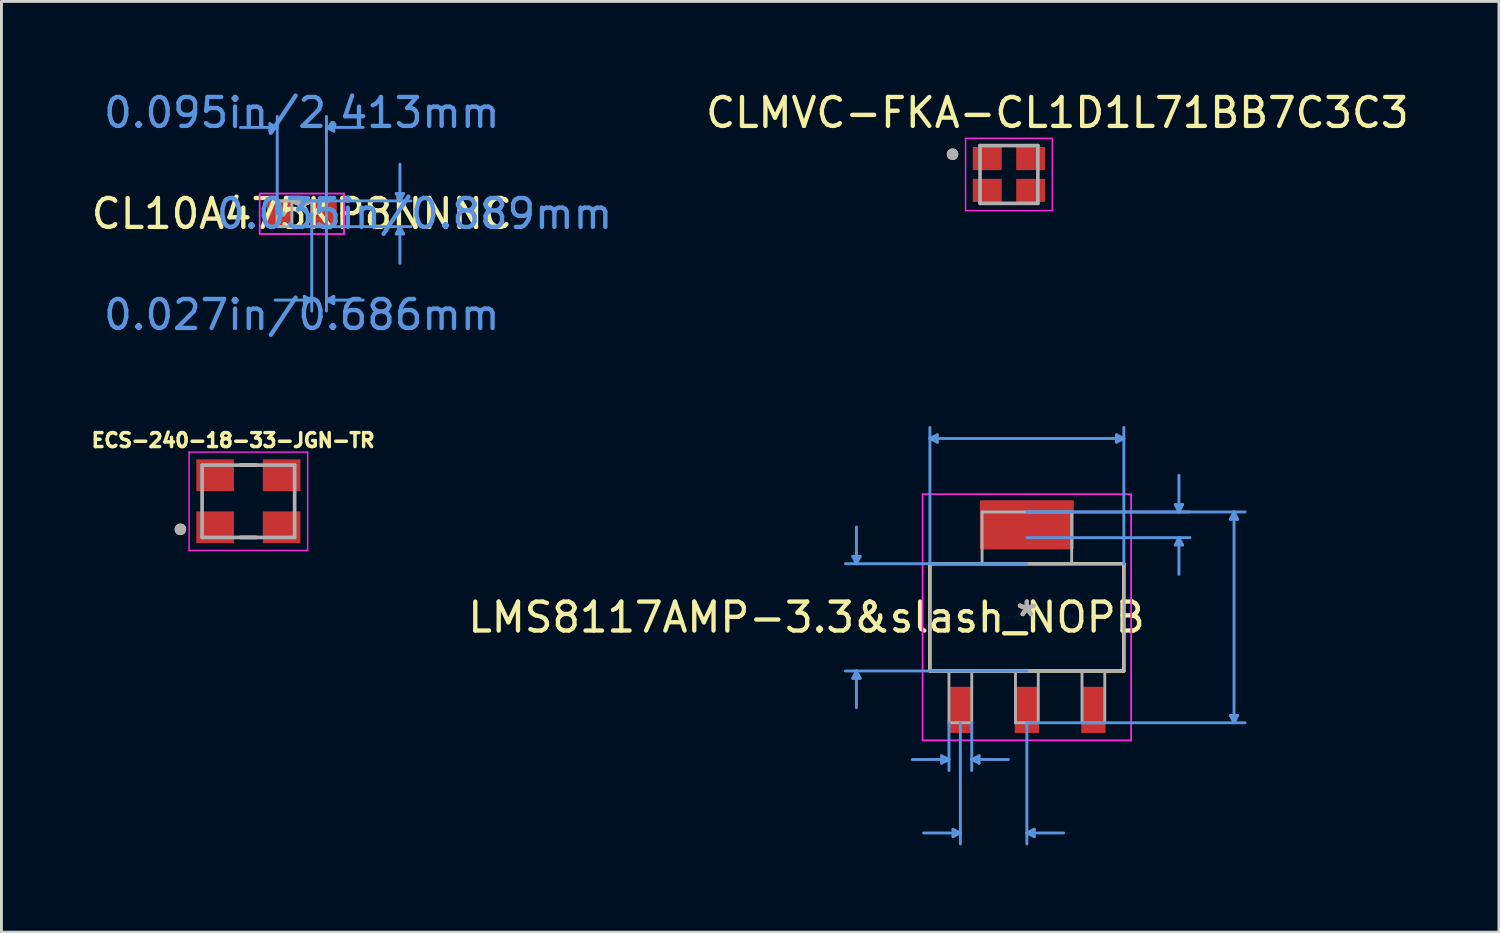
<source format=kicad_pcb>
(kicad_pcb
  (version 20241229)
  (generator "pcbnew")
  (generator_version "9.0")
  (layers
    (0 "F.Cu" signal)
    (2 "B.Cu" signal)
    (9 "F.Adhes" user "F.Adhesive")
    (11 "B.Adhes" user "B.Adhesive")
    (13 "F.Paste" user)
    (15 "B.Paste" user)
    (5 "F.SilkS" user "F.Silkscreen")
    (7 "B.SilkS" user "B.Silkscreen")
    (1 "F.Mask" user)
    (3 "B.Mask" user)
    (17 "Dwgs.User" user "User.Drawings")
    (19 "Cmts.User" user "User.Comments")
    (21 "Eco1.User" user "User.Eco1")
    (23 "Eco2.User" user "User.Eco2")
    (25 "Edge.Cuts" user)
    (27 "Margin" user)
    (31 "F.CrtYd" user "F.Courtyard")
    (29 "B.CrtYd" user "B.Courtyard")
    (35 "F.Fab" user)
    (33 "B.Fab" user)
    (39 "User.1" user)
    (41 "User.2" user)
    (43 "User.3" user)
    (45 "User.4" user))
  (footprint "CL10A475KP8NNNC"
    (layer "F.Cu")
    (at 7.387 4.341)
    (property "Reference" "CL10A475KP8NNNC" (at 0 0 0) (layer "F.SilkS") (effects (font (size 1 1) (thickness 0.15))))
    (attr through_hole)
    (fp_line (start -1.105 -3.111) (end -1.105 -2.857) (stroke (width 0.1) (type solid)) (layer "Cmts.User"))
    (fp_line (start -0.851 -2.985) (end -2.121 -2.985) (stroke (width 0.1) (type solid)) (layer "Cmts.User"))
    (fp_line (start -0.851 -2.985) (end -1.105 -3.111) (stroke (width 0.1) (type solid)) (layer "Cmts.User"))
    (fp_line (start -0.851 -2.985) (end -1.105 -2.857) (stroke (width 0.1) (type solid)) (layer "Cmts.User"))
    (fp_line (start -0.851 0) (end -0.851 -3.365) (stroke (width 0.1) (type solid)) (layer "Cmts.User"))
    (fp_line (start 0 -0.445) (end 3.772 -0.445) (stroke (width 0.1) (type solid)) (layer "Cmts.User"))
    (fp_line (start 0 0.445) (end 3.772 0.445) (stroke (width 0.1) (type solid)) (layer "Cmts.User"))
    (fp_line (start 0.089 2.857) (end 0.089 3.111) (stroke (width 0.1) (type solid)) (layer "Cmts.User"))
    (fp_line (start 0.343 0) (end 0.343 3.365) (stroke (width 0.1) (type solid)) (layer "Cmts.User"))
    (fp_line (start 0.343 2.985) (end -0.927 2.985) (stroke (width 0.1) (type solid)) (layer "Cmts.User"))
    (fp_line (start 0.343 2.985) (end 0.089 2.857) (stroke (width 0.1) (type solid)) (layer "Cmts.User"))
    (fp_line (start 0.343 2.985) (end 0.089 3.111) (stroke (width 0.1) (type solid)) (layer "Cmts.User"))
    (fp_line (start 0.851 -2.985) (end 1.105 -3.111) (stroke (width 0.1) (type solid)) (layer "Cmts.User"))
    (fp_line (start 0.851 -2.985) (end 1.105 -2.857) (stroke (width 0.1) (type solid)) (layer "Cmts.User"))
    (fp_line (start 0.851 -2.985) (end 2.121 -2.985) (stroke (width 0.1) (type solid)) (layer "Cmts.User"))
    (fp_line (start 0.851 0) (end 0.851 -3.365) (stroke (width 0.1) (type solid)) (layer "Cmts.User"))
    (fp_line (start 0.851 0) (end 0.851 3.365) (stroke (width 0.1) (type solid)) (layer "Cmts.User"))
    (fp_line (start 0.851 2.985) (end 1.105 2.857) (stroke (width 0.1) (type solid)) (layer "Cmts.User"))
    (fp_line (start 0.851 2.985) (end 1.105 3.111) (stroke (width 0.1) (type solid)) (layer "Cmts.User"))
    (fp_line (start 0.851 2.985) (end 2.121 2.985) (stroke (width 0.1) (type solid)) (layer "Cmts.User"))
    (fp_line (start 1.105 -3.111) (end 1.105 -2.857) (stroke (width 0.1) (type solid)) (layer "Cmts.User"))
    (fp_line (start 1.105 2.857) (end 1.105 3.111) (stroke (width 0.1) (type solid)) (layer "Cmts.User"))
    (fp_line (start 3.264 -0.699) (end 3.518 -0.699) (stroke (width 0.1) (type solid)) (layer "Cmts.User"))
    (fp_line (start 3.264 0.699) (end 3.518 0.699) (stroke (width 0.1) (type solid)) (layer "Cmts.User"))
    (fp_line (start 3.391 -0.445) (end 3.264 -0.699) (stroke (width 0.1) (type solid)) (layer "Cmts.User"))
    (fp_line (start 3.391 -0.445) (end 3.391 -1.714) (stroke (width 0.1) (type solid)) (layer "Cmts.User"))
    (fp_line (start 3.391 -0.445) (end 3.518 -0.699) (stroke (width 0.1) (type solid)) (layer "Cmts.User"))
    (fp_line (start 3.391 0.445) (end 3.264 0.699) (stroke (width 0.1) (type solid)) (layer "Cmts.User"))
    (fp_line (start 3.391 0.445) (end 3.391 1.714) (stroke (width 0.1) (type solid)) (layer "Cmts.User"))
    (fp_line (start 3.391 0.445) (end 3.518 0.699) (stroke (width 0.1) (type solid)) (layer "Cmts.User"))
    (fp_line (start -1.46 -0.699) (end 1.46 -0.699) (stroke (width 0.05) (type solid)) (layer "F.CrtYd"))
    (fp_line (start -1.46 -0.699) (end 1.46 -0.699) (stroke (width 0.05) (type solid)) (layer "F.CrtYd"))
    (fp_line (start -1.46 0.699) (end -1.46 -0.699) (stroke (width 0.05) (type solid)) (layer "F.CrtYd"))
    (fp_line (start -1.46 0.699) (end -1.46 -0.699) (stroke (width 0.05) (type solid)) (layer "F.CrtYd"))
    (fp_line (start 1.46 -0.699) (end 1.46 0.699) (stroke (width 0.05) (type solid)) (layer "F.CrtYd"))
    (fp_line (start 1.46 -0.699) (end 1.46 0.699) (stroke (width 0.05) (type solid)) (layer "F.CrtYd"))
    (fp_line (start 1.46 0.699) (end -1.46 0.699) (stroke (width 0.05) (type solid)) (layer "F.CrtYd"))
    (fp_line (start 1.46 0.699) (end -1.46 0.699) (stroke (width 0.05) (type solid)) (layer "F.CrtYd"))
    (fp_line (start -0.851 -0.445) (end -0.851 0.445) (stroke (width 0.1) (type solid)) (layer "F.Fab"))
    (fp_line (start -0.851 -0.445) (end -0.851 0.445) (stroke (width 0.1) (type solid)) (layer "F.Fab"))
    (fp_line (start -0.851 0.445) (end -0.343 0.445) (stroke (width 0.1) (type solid)) (layer "F.Fab"))
    (fp_line (start -0.851 0.445) (end 0.851 0.445) (stroke (width 0.1) (type solid)) (layer "F.Fab"))
    (fp_line (start -0.343 -0.445) (end -0.851 -0.445) (stroke (width 0.1) (type solid)) (layer "F.Fab"))
    (fp_line (start -0.343 0.445) (end -0.343 -0.445) (stroke (width 0.1) (type solid)) (layer "F.Fab"))
    (fp_line (start 0.343 -0.445) (end 0.343 0.445) (stroke (width 0.1) (type solid)) (layer "F.Fab"))
    (fp_line (start 0.343 0.445) (end 0.851 0.445) (stroke (width 0.1) (type solid)) (layer "F.Fab"))
    (fp_line (start 0.851 -0.445) (end -0.851 -0.445) (stroke (width 0.1) (type solid)) (layer "F.Fab"))
    (fp_line (start 0.851 -0.445) (end 0.343 -0.445) (stroke (width 0.1) (type solid)) (layer "F.Fab"))
    (fp_line (start 0.851 0.445) (end 0.851 -0.445) (stroke (width 0.1) (type solid)) (layer "F.Fab"))
    (fp_line (start 0.851 0.445) (end 0.851 -0.445) (stroke (width 0.1) (type solid)) (layer "F.Fab"))
    (fp_circle (center -0.648 0) (end -0.648 0) (stroke (width 0.1) (type solid)) (fill no) (layer "F.Fab"))
    (fp_text user "*" (at 0 0 0) (layer "F.SilkS") (effects (font (size 1 1) (thickness 0.15))))
    (fp_text user "0.095in/2.413mm" (at 0 -3.493 0) (layer "Cmts.User") (effects (font (size 1 1) (thickness 0.15))))
    (fp_text user "Copyright 2021 Accelerated Designs. All rights reserved." (at 0 0 0) (layer "Cmts.User") (effects (font (size 0.127 0.127) (thickness 0.002))))
    (fp_text user "0.035in/0.889mm" (at 3.899 0 0) (layer "Cmts.User") (effects (font (size 1 1) (thickness 0.15))))
    (fp_text user "0.027in/0.686mm" (at 0 3.493 0) (layer "Cmts.User") (effects (font (size 1 1) (thickness 0.15))))
    (fp_text user "*" (at 0 0 0) (layer "F.Fab") (effects (font (size 1 1) (thickness 0.15))))
    (pad "1" smd rect (at -0.775 0) (size 0.864 0.889) (layers "F.Cu" "F.Mask" "F.Paste"))
    (pad "2" smd rect (at 0.775 0) (size 0.864 0.889) (layers "F.Cu" "F.Mask" "F.Paste")))
  (footprint "ECS-240-18-33-JGN-TR"
    (layer "F.Cu")
    (at 5.538 14.283)
    (property "Reference" "ECS-240-18-33-JGN-TR" (at -0.527 -2.109 0) (layer "F.SilkS") (effects (font (size 0.481 0.481) (thickness 0.15))))
    (attr smd)
    (fp_line (start -0.27 1.25) (end 0.27 1.25) (stroke (width 0.127) (type solid)) (layer "F.SilkS"))
    (fp_line (start 0.27 -1.25) (end -0.27 -1.25) (stroke (width 0.127) (type solid)) (layer "F.SilkS"))
    (fp_circle (center -2.35 0.97) (end -2.25 0.97) (stroke (width 0.2) (type solid)) (fill no) (layer "F.SilkS"))
    (fp_line (start -2.05 -1.7) (end -2.05 1.7) (stroke (width 0.05) (type solid)) (layer "F.CrtYd"))
    (fp_line (start -2.05 1.7) (end 2.05 1.7) (stroke (width 0.05) (type solid)) (layer "F.CrtYd"))
    (fp_line (start 2.05 -1.7) (end -2.05 -1.7) (stroke (width 0.05) (type solid)) (layer "F.CrtYd"))
    (fp_line (start 2.05 1.7) (end 2.05 -1.7) (stroke (width 0.05) (type solid)) (layer "F.CrtYd"))
    (fp_line (start -1.6 -1.25) (end -1.6 1.25) (stroke (width 0.127) (type solid)) (layer "F.Fab"))
    (fp_line (start -1.6 1.25) (end 1.6 1.25) (stroke (width 0.127) (type solid)) (layer "F.Fab"))
    (fp_line (start 1.6 -1.25) (end -1.6 -1.25) (stroke (width 0.127) (type solid)) (layer "F.Fab"))
    (fp_line (start 1.6 1.25) (end 1.6 -1.25) (stroke (width 0.127) (type solid)) (layer "F.Fab"))
    (fp_circle (center -2.35 0.97) (end -2.25 0.97) (stroke (width 0.2) (type solid)) (fill no) (layer "F.Fab"))
    (pad "1" smd rect (at -1.15 0.9) (size 1.3 1.1) (layers "F.Cu" "F.Mask" "F.Paste"))
    (pad "2" smd rect (at 1.15 0.9) (size 1.3 1.1) (layers "F.Cu" "F.Mask" "F.Paste"))
    (pad "3" smd rect (at 1.15 -0.9) (size 1.3 1.1) (layers "F.Cu" "F.Mask" "F.Paste"))
    (pad "4" smd rect (at -1.15 -0.9) (size 1.3 1.1) (layers "F.Cu" "F.Mask" "F.Paste")))
  (footprint "CLMVC-FKA-CL1D1L71BB7C3C3"
    (layer "F.Cu")
    (at 31.837 2.983)
    (property "Reference" "CLMVC-FKA-CL1D1L71BB7C3C3" (at 1.675 -2.135 0) (layer "F.SilkS") (effects (font (size 1 1) (thickness 0.15))))
    (attr smd)
    (fp_circle (center -1.95 -0.7) (end -1.85 -0.7) (stroke (width 0.2) (type solid)) (fill no) (layer "F.SilkS"))
    (fp_line (start -1.5 -1.25) (end -1.5 1.25) (stroke (width 0.05) (type solid)) (layer "F.CrtYd"))
    (fp_line (start -1.5 1.25) (end 1.5 1.25) (stroke (width 0.05) (type solid)) (layer "F.CrtYd"))
    (fp_line (start 1.5 -1.25) (end -1.5 -1.25) (stroke (width 0.05) (type solid)) (layer "F.CrtYd"))
    (fp_line (start 1.5 1.25) (end 1.5 -1.25) (stroke (width 0.05) (type solid)) (layer "F.CrtYd"))
    (fp_line (start -1 -1) (end -1 1) (stroke (width 0.127) (type solid)) (layer "F.Fab"))
    (fp_line (start -1 1) (end 1 1) (stroke (width 0.127) (type solid)) (layer "F.Fab"))
    (fp_line (start 1 -1) (end -1 -1) (stroke (width 0.127) (type solid)) (layer "F.Fab"))
    (fp_line (start 1 1) (end 1 -1) (stroke (width 0.127) (type solid)) (layer "F.Fab"))
    (fp_circle (center -1.95 -0.7) (end -1.85 -0.7) (stroke (width 0.2) (type solid)) (fill no) (layer "F.Fab"))
    (pad "1" smd rect (at -0.75 -0.55 270) (size 0.8 1) (layers "F.Cu" "F.Mask" "F.Paste"))
    (pad "2" smd rect (at 0.75 -0.55 270) (size 0.8 1) (layers "F.Cu" "F.Mask" "F.Paste"))
    (pad "3" smd rect (at 0.75 0.55 270) (size 0.8 1) (layers "F.Cu" "F.Mask" "F.Paste"))
    (pad "4" smd rect (at -0.75 0.55 270) (size 0.8 1) (layers "F.Cu" "F.Mask" "F.Paste")))
  (footprint "LMS8117AMP-3.3&slash_NOPB"
    (layer "F.Cu")
    (at 32.457 18.297)
    (property "Reference" "LMS8117AMP-3.3&slash_NOPB" (at -7.62 0 0) (layer "F.SilkS") (effects (font (size 1 1) (thickness 0.15))))
    (attr through_hole)
    (fp_poly (pts (xy 1.575 -4) (xy -1.575 -4) (xy -1.575 -2.4) (xy 1.575 -2.4)) (stroke (width 0.1) (type solid)) (fill yes) (layer "F.Cu"))
    (fp_poly (pts (xy 1.6 -4.356) (xy -1.6 -4.356) (xy -1.6 -2.045) (xy 1.6 -2.045)) (stroke (width 0.1) (type solid)) (fill yes) (layer "F.Mask"))
    (fp_line (start -3.353 -1.854) (end -3.353 1.854) (stroke (width 0.12) (type solid)) (layer "F.SilkS"))
    (fp_line (start -3.353 1.854) (end 3.353 1.854) (stroke (width 0.12) (type solid)) (layer "F.SilkS"))
    (fp_line (start 3.353 -1.854) (end -3.353 -1.854) (stroke (width 0.12) (type solid)) (layer "F.SilkS"))
    (fp_line (start 3.353 1.854) (end 3.353 -1.854) (stroke (width 0.12) (type solid)) (layer "F.SilkS"))
    (fp_poly (pts (xy 1.575 -4) (xy -1.575 -4) (xy -1.575 -2.4) (xy 1.575 -2.4)) (stroke (width 0.1) (type solid)) (fill yes) (layer "F.Paste"))
    (fp_line (start -6.02 -2.108) (end -5.766 -2.108) (stroke (width 0.1) (type solid)) (layer "Cmts.User"))
    (fp_line (start -6.02 2.108) (end -5.766 2.108) (stroke (width 0.1) (type solid)) (layer "Cmts.User"))
    (fp_line (start -5.893 -1.854) (end -6.02 -2.108) (stroke (width 0.1) (type solid)) (layer "Cmts.User"))
    (fp_line (start -5.893 -1.854) (end -5.893 -3.124) (stroke (width 0.1) (type solid)) (layer "Cmts.User"))
    (fp_line (start -5.893 -1.854) (end -5.766 -2.108) (stroke (width 0.1) (type solid)) (layer "Cmts.User"))
    (fp_line (start -5.893 1.854) (end -6.02 2.108) (stroke (width 0.1) (type solid)) (layer "Cmts.User"))
    (fp_line (start -5.893 1.854) (end -5.893 3.124) (stroke (width 0.1) (type solid)) (layer "Cmts.User"))
    (fp_line (start -5.893 1.854) (end -5.766 2.108) (stroke (width 0.1) (type solid)) (layer "Cmts.User"))
    (fp_line (start -3.353 -6.185) (end -3.099 -6.312) (stroke (width 0.1) (type solid)) (layer "Cmts.User"))
    (fp_line (start -3.353 -6.185) (end -3.099 -6.058) (stroke (width 0.1) (type solid)) (layer "Cmts.User"))
    (fp_line (start -3.353 -6.185) (end 3.353 -6.185) (stroke (width 0.1) (type solid)) (layer "Cmts.User"))
    (fp_line (start -3.353 -1.854) (end -3.353 -6.566) (stroke (width 0.1) (type solid)) (layer "Cmts.User"))
    (fp_line (start -3.099 -6.312) (end -3.099 -6.058) (stroke (width 0.1) (type solid)) (layer "Cmts.User"))
    (fp_line (start -2.948 4.788) (end -2.948 5.042) (stroke (width 0.1) (type solid)) (layer "Cmts.User"))
    (fp_line (start -2.694 3.645) (end -2.694 5.296) (stroke (width 0.1) (type solid)) (layer "Cmts.User"))
    (fp_line (start -2.694 4.915) (end -3.964 4.915) (stroke (width 0.1) (type solid)) (layer "Cmts.User"))
    (fp_line (start -2.694 4.915) (end -2.948 4.788) (stroke (width 0.1) (type solid)) (layer "Cmts.User"))
    (fp_line (start -2.694 4.915) (end -2.948 5.042) (stroke (width 0.1) (type solid)) (layer "Cmts.User"))
    (fp_line (start -2.554 7.328) (end -2.554 7.582) (stroke (width 0.1) (type solid)) (layer "Cmts.User"))
    (fp_line (start -2.3 3.645) (end -2.3 7.836) (stroke (width 0.1) (type solid)) (layer "Cmts.User"))
    (fp_line (start -2.3 7.455) (end -3.57 7.455) (stroke (width 0.1) (type solid)) (layer "Cmts.User"))
    (fp_line (start -2.3 7.455) (end -2.554 7.328) (stroke (width 0.1) (type solid)) (layer "Cmts.User"))
    (fp_line (start -2.3 7.455) (end -2.554 7.582) (stroke (width 0.1) (type solid)) (layer "Cmts.User"))
    (fp_line (start -1.906 3.645) (end -1.906 5.296) (stroke (width 0.1) (type solid)) (layer "Cmts.User"))
    (fp_line (start -1.906 4.915) (end -1.652 4.788) (stroke (width 0.1) (type solid)) (layer "Cmts.User"))
    (fp_line (start -1.906 4.915) (end -1.652 5.042) (stroke (width 0.1) (type solid)) (layer "Cmts.User"))
    (fp_line (start -1.906 4.915) (end -0.636 4.915) (stroke (width 0.1) (type solid)) (layer "Cmts.User"))
    (fp_line (start -1.652 4.788) (end -1.652 5.042) (stroke (width 0.1) (type solid)) (layer "Cmts.User"))
    (fp_line (start 0 -3.645) (end 5.639 -3.645) (stroke (width 0.1) (type solid)) (layer "Cmts.User"))
    (fp_line (start 0 -3.645) (end 7.544 -3.645) (stroke (width 0.1) (type solid)) (layer "Cmts.User"))
    (fp_line (start 0 -2.756) (end 5.639 -2.756) (stroke (width 0.1) (type solid)) (layer "Cmts.User"))
    (fp_line (start 0 -1.854) (end -6.274 -1.854) (stroke (width 0.1) (type solid)) (layer "Cmts.User"))
    (fp_line (start 0 1.854) (end -6.274 1.854) (stroke (width 0.1) (type solid)) (layer "Cmts.User"))
    (fp_line (start 0 3.645) (end 0 7.836) (stroke (width 0.1) (type solid)) (layer "Cmts.User"))
    (fp_line (start 0 3.645) (end 7.544 3.645) (stroke (width 0.1) (type solid)) (layer "Cmts.User"))
    (fp_line (start 0 7.455) (end 0.254 7.328) (stroke (width 0.1) (type solid)) (layer "Cmts.User"))
    (fp_line (start 0 7.455) (end 0.254 7.582) (stroke (width 0.1) (type solid)) (layer "Cmts.User"))
    (fp_line (start 0 7.455) (end 1.27 7.455) (stroke (width 0.1) (type solid)) (layer "Cmts.User"))
    (fp_line (start 0.254 7.328) (end 0.254 7.582) (stroke (width 0.1) (type solid)) (layer "Cmts.User"))
    (fp_line (start 3.099 -6.312) (end 3.099 -6.058) (stroke (width 0.1) (type solid)) (layer "Cmts.User"))
    (fp_line (start 3.353 -6.185) (end 3.099 -6.312) (stroke (width 0.1) (type solid)) (layer "Cmts.User"))
    (fp_line (start 3.353 -6.185) (end 3.099 -6.058) (stroke (width 0.1) (type solid)) (layer "Cmts.User"))
    (fp_line (start 3.353 -1.854) (end 3.353 -6.566) (stroke (width 0.1) (type solid)) (layer "Cmts.User"))
    (fp_line (start 5.131 -3.899) (end 5.385 -3.899) (stroke (width 0.1) (type solid)) (layer "Cmts.User"))
    (fp_line (start 5.131 -2.502) (end 5.385 -2.502) (stroke (width 0.1) (type solid)) (layer "Cmts.User"))
    (fp_line (start 5.258 -3.645) (end 5.131 -3.899) (stroke (width 0.1) (type solid)) (layer "Cmts.User"))
    (fp_line (start 5.258 -3.645) (end 5.258 -4.915) (stroke (width 0.1) (type solid)) (layer "Cmts.User"))
    (fp_line (start 5.258 -3.645) (end 5.385 -3.899) (stroke (width 0.1) (type solid)) (layer "Cmts.User"))
    (fp_line (start 5.258 -2.756) (end 5.131 -2.502) (stroke (width 0.1) (type solid)) (layer "Cmts.User"))
    (fp_line (start 5.258 -2.756) (end 5.258 -1.486) (stroke (width 0.1) (type solid)) (layer "Cmts.User"))
    (fp_line (start 5.258 -2.756) (end 5.385 -2.502) (stroke (width 0.1) (type solid)) (layer "Cmts.User"))
    (fp_line (start 7.036 -3.391) (end 7.29 -3.391) (stroke (width 0.1) (type solid)) (layer "Cmts.User"))
    (fp_line (start 7.036 3.391) (end 7.29 3.391) (stroke (width 0.1) (type solid)) (layer "Cmts.User"))
    (fp_line (start 7.163 -3.645) (end 7.036 -3.391) (stroke (width 0.1) (type solid)) (layer "Cmts.User"))
    (fp_line (start 7.163 -3.645) (end 7.163 3.645) (stroke (width 0.1) (type solid)) (layer "Cmts.User"))
    (fp_line (start 7.163 -3.645) (end 7.29 -3.391) (stroke (width 0.1) (type solid)) (layer "Cmts.User"))
    (fp_line (start 7.163 3.645) (end 7.036 3.391) (stroke (width 0.1) (type solid)) (layer "Cmts.User"))
    (fp_line (start 7.163 3.645) (end 7.29 3.391) (stroke (width 0.1) (type solid)) (layer "Cmts.User"))
    (fp_line (start -3.607 -4.255) (end 3.607 -4.255) (stroke (width 0.05) (type solid)) (layer "F.CrtYd"))
    (fp_line (start -3.607 -4.255) (end 3.607 -4.255) (stroke (width 0.05) (type solid)) (layer "F.CrtYd"))
    (fp_line (start -3.607 4.255) (end -3.607 -4.255) (stroke (width 0.05) (type solid)) (layer "F.CrtYd"))
    (fp_line (start -3.607 4.255) (end -3.607 -4.255) (stroke (width 0.05) (type solid)) (layer "F.CrtYd"))
    (fp_line (start 3.607 -4.255) (end 3.607 4.255) (stroke (width 0.05) (type solid)) (layer "F.CrtYd"))
    (fp_line (start 3.607 -4.255) (end 3.607 4.255) (stroke (width 0.05) (type solid)) (layer "F.CrtYd"))
    (fp_line (start 3.607 4.255) (end -3.607 4.255) (stroke (width 0.05) (type solid)) (layer "F.CrtYd"))
    (fp_line (start 3.607 4.255) (end -3.607 4.255) (stroke (width 0.05) (type solid)) (layer "F.CrtYd"))
    (fp_line (start -3.353 -1.854) (end -3.353 1.854) (stroke (width 0.1) (type solid)) (layer "F.Fab"))
    (fp_line (start -3.353 1.854) (end 3.353 1.854) (stroke (width 0.1) (type solid)) (layer "F.Fab"))
    (fp_line (start -2.694 1.854) (end -2.694 3.645) (stroke (width 0.1) (type solid)) (layer "F.Fab"))
    (fp_line (start -2.694 3.645) (end -1.906 3.645) (stroke (width 0.1) (type solid)) (layer "F.Fab"))
    (fp_line (start -1.906 1.854) (end -2.694 1.854) (stroke (width 0.1) (type solid)) (layer "F.Fab"))
    (fp_line (start -1.906 3.645) (end -1.906 1.854) (stroke (width 0.1) (type solid)) (layer "F.Fab"))
    (fp_line (start -1.549 -3.645) (end -1.549 -1.854) (stroke (width 0.1) (type solid)) (layer "F.Fab"))
    (fp_line (start -1.549 -1.854) (end 1.549 -1.854) (stroke (width 0.1) (type solid)) (layer "F.Fab"))
    (fp_line (start -0.394 1.854) (end -0.394 3.645) (stroke (width 0.1) (type solid)) (layer "F.Fab"))
    (fp_line (start -0.394 3.645) (end 0.394 3.645) (stroke (width 0.1) (type solid)) (layer "F.Fab"))
    (fp_line (start 0.394 1.854) (end -0.394 1.854) (stroke (width 0.1) (type solid)) (layer "F.Fab"))
    (fp_line (start 0.394 3.645) (end 0.394 1.854) (stroke (width 0.1) (type solid)) (layer "F.Fab"))
    (fp_line (start 1.549 -3.645) (end -1.549 -3.645) (stroke (width 0.1) (type solid)) (layer "F.Fab"))
    (fp_line (start 1.549 -1.854) (end 1.549 -3.645) (stroke (width 0.1) (type solid)) (layer "F.Fab"))
    (fp_line (start 1.906 1.854) (end 1.906 3.645) (stroke (width 0.1) (type solid)) (layer "F.Fab"))
    (fp_line (start 1.906 3.645) (end 2.694 3.645) (stroke (width 0.1) (type solid)) (layer "F.Fab"))
    (fp_line (start 2.694 1.854) (end 1.906 1.854) (stroke (width 0.1) (type solid)) (layer "F.Fab"))
    (fp_line (start 2.694 3.645) (end 2.694 1.854) (stroke (width 0.1) (type solid)) (layer "F.Fab"))
    (fp_line (start 3.353 -1.854) (end -3.353 -1.854) (stroke (width 0.1) (type solid)) (layer "F.Fab"))
    (fp_line (start 3.353 1.854) (end 3.353 -1.854) (stroke (width 0.1) (type solid)) (layer "F.Fab"))
    (fp_text user "*" (at 0 0 0) (layer "F.SilkS") (effects (font (size 1 1) (thickness 0.15))))
    (fp_text user "Copyright 2021 Accelerated Designs. All rights reserved." (at 0 0 0) (layer "Cmts.User") (effects (font (size 0.127 0.127) (thickness 0.002))))
    (fp_text user "*" (at 0 0 0) (layer "F.Fab") (effects (font (size 1 1) (thickness 0.15))))
    (pad "1" smd rect (at -2.3 3.2) (size 0.838 1.6) (layers "F.Cu" "F.Mask" "F.Paste"))
    (pad "2" smd rect (at 0 3.2) (size 0.838 1.6) (layers "F.Cu" "F.Mask" "F.Paste"))
    (pad "3" smd rect (at 2.3 3.2) (size 0.838 1.6) (layers "F.Cu" "F.Mask" "F.Paste")))
  (gr_rect
    (start -3 -3)
    (end 48.78 29.183)
    (stroke (width 0.1) (type default))
    (fill no)
    (layer "Edge.Cuts")))
</source>
